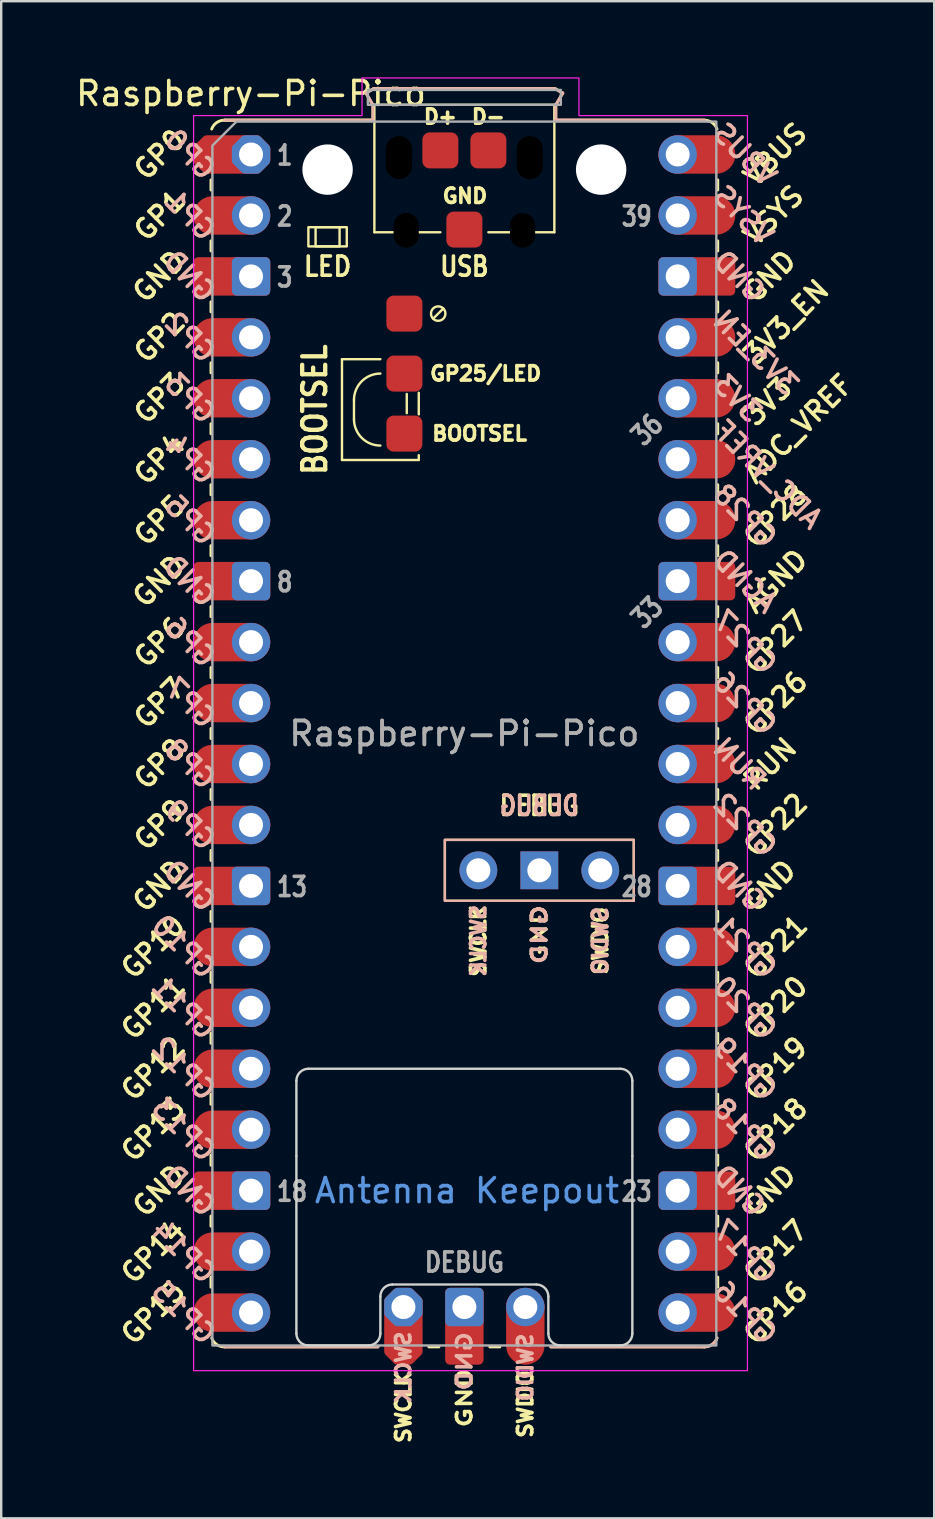
<source format=kicad_pcb>
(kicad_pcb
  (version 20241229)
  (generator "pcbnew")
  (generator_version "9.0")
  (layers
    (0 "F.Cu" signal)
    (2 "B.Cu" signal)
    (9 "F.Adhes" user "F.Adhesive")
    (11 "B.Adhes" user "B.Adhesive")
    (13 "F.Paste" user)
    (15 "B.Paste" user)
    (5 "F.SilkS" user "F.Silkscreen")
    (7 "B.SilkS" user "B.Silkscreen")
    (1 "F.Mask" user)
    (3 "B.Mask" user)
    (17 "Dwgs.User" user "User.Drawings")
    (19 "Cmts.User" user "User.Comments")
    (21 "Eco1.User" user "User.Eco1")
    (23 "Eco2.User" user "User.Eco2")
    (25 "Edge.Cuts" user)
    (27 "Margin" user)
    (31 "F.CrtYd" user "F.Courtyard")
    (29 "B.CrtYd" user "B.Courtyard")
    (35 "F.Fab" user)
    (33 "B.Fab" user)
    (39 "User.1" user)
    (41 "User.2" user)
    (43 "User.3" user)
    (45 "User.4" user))
  (footprint "Raspberry-Pi-Pico"
    (layer "F.Cu")
    (at 7.411 3.388)
    (property "Reference" "Raspberry-Pi-Pico" (at 0 -2.54 0) (layer "F.SilkS") (effects (font (size 1 1) (thickness 0.15))))
    (attr through_hole)
    (fp_line (start -1.67 1.06) (end -1.67 1.48) (stroke (width 0.12) (type solid)) (layer "F.SilkS"))
    (fp_line (start -1.67 3.6) (end -1.67 4.02) (stroke (width 0.12) (type solid)) (layer "F.SilkS"))
    (fp_line (start -1.67 6.14) (end -1.67 6.56) (stroke (width 0.12) (type solid)) (layer "F.SilkS"))
    (fp_line (start -1.67 8.68) (end -1.67 9.1) (stroke (width 0.12) (type solid)) (layer "F.SilkS"))
    (fp_line (start -1.67 11.22) (end -1.67 11.64) (stroke (width 0.12) (type solid)) (layer "F.SilkS"))
    (fp_line (start -1.67 13.76) (end -1.67 14.18) (stroke (width 0.12) (type solid)) (layer "F.SilkS"))
    (fp_line (start -1.67 16.3) (end -1.67 16.72) (stroke (width 0.12) (type solid)) (layer "F.SilkS"))
    (fp_line (start -1.67 18.84) (end -1.67 19.26) (stroke (width 0.12) (type solid)) (layer "F.SilkS"))
    (fp_line (start -1.67 21.38) (end -1.67 21.8) (stroke (width 0.12) (type solid)) (layer "F.SilkS"))
    (fp_line (start -1.67 23.92) (end -1.67 24.34) (stroke (width 0.12) (type solid)) (layer "F.SilkS"))
    (fp_line (start -1.67 26.46) (end -1.67 26.88) (stroke (width 0.12) (type solid)) (layer "F.SilkS"))
    (fp_line (start -1.67 29) (end -1.67 29.42) (stroke (width 0.12) (type solid)) (layer "F.SilkS"))
    (fp_line (start -1.67 31.54) (end -1.67 31.96) (stroke (width 0.12) (type solid)) (layer "F.SilkS"))
    (fp_line (start -1.67 34.08) (end -1.67 34.5) (stroke (width 0.12) (type solid)) (layer "F.SilkS"))
    (fp_line (start -1.67 36.62) (end -1.67 37.04) (stroke (width 0.12) (type solid)) (layer "F.SilkS"))
    (fp_line (start -1.67 39.16) (end -1.67 39.58) (stroke (width 0.12) (type solid)) (layer "F.SilkS"))
    (fp_line (start -1.67 41.7) (end -1.67 42.12) (stroke (width 0.12) (type solid)) (layer "F.SilkS"))
    (fp_line (start -1.67 44.24) (end -1.67 44.66) (stroke (width 0.12) (type solid)) (layer "F.SilkS"))
    (fp_line (start -1.67 46.78) (end -1.67 47.2) (stroke (width 0.12) (type solid)) (layer "F.SilkS"))
    (fp_line (start -1.11 -1.43) (end 5.08 -1.43) (stroke (width 0.12) (type solid)) (layer "F.SilkS"))
    (fp_line (start -1.11 49.69) (end 5.29 49.69) (stroke (width 0.12) (type solid)) (layer "F.SilkS"))
    (fp_line (start 3.79 8.53) (end 5.39 8.53) (stroke (width 0.1) (type default)) (layer "F.SilkS"))
    (fp_line (start 3.79 12.73) (end 3.79 8.53) (stroke (width 0.1) (type default)) (layer "F.SilkS"))
    (fp_line (start 4.29 10.23) (end 4.29 11.03) (stroke (width 0.1) (type solid)) (layer "F.SilkS"))
    (fp_line (start 4.79 -2.56) (end 5.12 -2.75) (stroke (width 0.12) (type solid)) (layer "F.SilkS"))
    (fp_line (start 5.08 -2.06) (end 4.79 -2.56) (stroke (width 0.12) (type solid)) (layer "F.SilkS"))
    (fp_line (start 5.08 -1.43) (end -1.11 -1.43) (stroke (width 0.12) (type solid)) (layer "F.SilkS"))
    (fp_line (start 5.08 -1.43) (end 5.08 -2.06) (stroke (width 0.12) (type solid)) (layer "F.SilkS"))
    (fp_line (start 5.12 -2.75) (end 12.66 -2.75) (stroke (width 0.12) (type solid)) (layer "F.SilkS"))
    (fp_line (start 5.14 -2.07) (end 12.64 -2.07) (stroke (width 0.1) (type default)) (layer "F.SilkS"))
    (fp_line (start 5.14 3.24) (end 5.14 -2.07) (stroke (width 0.1) (type default)) (layer "F.SilkS"))
    (fp_line (start 5.14 3.24) (end 7.89 3.24) (stroke (width 0.1) (type default)) (layer "F.SilkS"))
    (fp_line (start 6.49 9.98) (end 6.49 10.78) (stroke (width 0.1) (type solid)) (layer "F.SilkS"))
    (fp_line (start 6.99 9.93) (end 6.99 10.83) (stroke (width 0.1) (type solid)) (layer "F.SilkS"))
    (fp_line (start 6.99 12.53) (end 6.99 12.73) (stroke (width 0.1) (type default)) (layer "F.SilkS"))
    (fp_line (start 6.99 12.73) (end 3.79 12.73) (stroke (width 0.1) (type default)) (layer "F.SilkS"))
    (fp_line (start 7.41 49.69) (end 7.83 49.69) (stroke (width 0.12) (type solid)) (layer "F.SilkS"))
    (fp_line (start 8.012 6.418) (end 7.588 6.842) (stroke (width 0.1) (type default)) (layer "F.SilkS"))
    (fp_line (start 9.95 49.69) (end 10.37 49.69) (stroke (width 0.12) (type solid)) (layer "F.SilkS"))
    (fp_line (start 12.49 49.69) (end 18.89 49.69) (stroke (width 0.12) (type solid)) (layer "F.SilkS"))
    (fp_line (start 12.64 -2.07) (end 12.64 3.24) (stroke (width 0.1) (type default)) (layer "F.SilkS"))
    (fp_line (start 12.64 3.24) (end 9.89 3.24) (stroke (width 0.1) (type default)) (layer "F.SilkS"))
    (fp_line (start 12.66 -2.75) (end 12.99 -2.56) (stroke (width 0.12) (type solid)) (layer "F.SilkS"))
    (fp_line (start 12.7 -2.06) (end 12.7 -1.43) (stroke (width 0.12) (type solid)) (layer "F.SilkS"))
    (fp_line (start 12.99 -2.56) (end 12.7 -2.06) (stroke (width 0.12) (type solid)) (layer "F.SilkS"))
    (fp_line (start 18.89 -1.43) (end 12.7 -1.43) (stroke (width 0.12) (type solid)) (layer "F.SilkS"))
    (fp_line (start 19.45 1.06) (end 19.45 1.48) (stroke (width 0.12) (type solid)) (layer "F.SilkS"))
    (fp_line (start 19.45 3.6) (end 19.45 4.02) (stroke (width 0.12) (type solid)) (layer "F.SilkS"))
    (fp_line (start 19.45 6.14) (end 19.45 6.56) (stroke (width 0.12) (type solid)) (layer "F.SilkS"))
    (fp_line (start 19.45 8.68) (end 19.45 9.1) (stroke (width 0.12) (type solid)) (layer "F.SilkS"))
    (fp_line (start 19.45 11.22) (end 19.45 11.64) (stroke (width 0.12) (type solid)) (layer "F.SilkS"))
    (fp_line (start 19.45 13.76) (end 19.45 14.18) (stroke (width 0.12) (type solid)) (layer "F.SilkS"))
    (fp_line (start 19.45 16.3) (end 19.45 16.72) (stroke (width 0.12) (type solid)) (layer "F.SilkS"))
    (fp_line (start 19.45 18.84) (end 19.45 19.26) (stroke (width 0.12) (type solid)) (layer "F.SilkS"))
    (fp_line (start 19.45 21.38) (end 19.45 21.8) (stroke (width 0.12) (type solid)) (layer "F.SilkS"))
    (fp_line (start 19.45 23.92) (end 19.45 24.34) (stroke (width 0.12) (type solid)) (layer "F.SilkS"))
    (fp_line (start 19.45 26.46) (end 19.45 26.88) (stroke (width 0.12) (type solid)) (layer "F.SilkS"))
    (fp_line (start 19.45 29) (end 19.45 29.42) (stroke (width 0.12) (type solid)) (layer "F.SilkS"))
    (fp_line (start 19.45 31.54) (end 19.45 31.96) (stroke (width 0.12) (type solid)) (layer "F.SilkS"))
    (fp_line (start 19.45 34.08) (end 19.45 34.5) (stroke (width 0.12) (type solid)) (layer "F.SilkS"))
    (fp_line (start 19.45 36.62) (end 19.45 37.04) (stroke (width 0.12) (type solid)) (layer "F.SilkS"))
    (fp_line (start 19.45 39.16) (end 19.45 39.58) (stroke (width 0.12) (type solid)) (layer "F.SilkS"))
    (fp_line (start 19.45 41.7) (end 19.45 42.12) (stroke (width 0.12) (type solid)) (layer "F.SilkS"))
    (fp_line (start 19.45 44.24) (end 19.45 44.66) (stroke (width 0.12) (type solid)) (layer "F.SilkS"))
    (fp_line (start 19.45 46.78) (end 19.45 47.2) (stroke (width 0.12) (type solid)) (layer "F.SilkS"))
    (fp_rect (start 2.39 3.03) (end 3.99 3.83) (stroke (width 0.1) (type solid)) (fill no) (layer "F.SilkS"))
    (fp_rect (start 2.69 3.03) (end 3.69 3.83) (stroke (width 0.1) (type solid)) (fill no) (layer "F.SilkS"))
    (fp_rect (start 8.077 28.56) (end 15.951 31.1) (stroke (width 0.1) (type solid)) (fill no) (layer "F.SilkS"))
    (fp_arc (start -1.64 -1.06) (mid -1.433508 -1.328808) (end -1.11 -1.43) (stroke (width 0.12) (type solid)) (layer "F.SilkS"))
    (fp_arc (start -1.11 49.69) (mid -1.433508 49.588809) (end -1.64 49.32) (stroke (width 0.12) (type solid)) (layer "F.SilkS"))
    (fp_arc (start 4.29 10.23) (mid 4.612183 9.452183) (end 5.39 9.13) (stroke (width 0.1) (type default)) (layer "F.SilkS"))
    (fp_arc (start 5.39 12.13) (mid 4.612183 11.807817) (end 4.29 11.03) (stroke (width 0.1) (type default)) (layer "F.SilkS"))
    (fp_arc (start 18.89 -1.43) (mid 19.213491 -1.328806) (end 19.42 -1.06) (stroke (width 0.12) (type solid)) (layer "F.SilkS"))
    (fp_arc (start 19.42 49.32) (mid 19.213487 49.588772) (end 18.89 49.69) (stroke (width 0.12) (type solid)) (layer "F.SilkS"))
    (fp_circle (center 7.8 6.63) (end 8.1 6.63) (stroke (width 0.1) (type default)) (fill no) (layer "F.SilkS"))
    (fp_line (start -1.11 49.69) (end 5.29 49.69) (stroke (width 0.12) (type solid)) (layer "B.SilkS"))
    (fp_line (start 4.79 -2.56) (end 5.12 -2.75) (stroke (width 0.12) (type solid)) (layer "B.SilkS"))
    (fp_line (start 5.08 -2.06) (end 4.79 -2.56) (stroke (width 0.12) (type solid)) (layer "B.SilkS"))
    (fp_line (start 5.08 -1.43) (end -1.11 -1.43) (stroke (width 0.12) (type solid)) (layer "B.SilkS"))
    (fp_line (start 5.08 -1.43) (end 5.08 -2.06) (stroke (width 0.12) (type solid)) (layer "B.SilkS"))
    (fp_line (start 5.12 -2.75) (end 12.66 -2.75) (stroke (width 0.12) (type solid)) (layer "B.SilkS"))
    (fp_line (start 12.49 49.69) (end 18.89 49.69) (stroke (width 0.12) (type solid)) (layer "B.SilkS"))
    (fp_line (start 12.66 -2.75) (end 12.99 -2.56) (stroke (width 0.12) (type solid)) (layer "B.SilkS"))
    (fp_line (start 12.7 -2.06) (end 12.7 -1.43) (stroke (width 0.12) (type solid)) (layer "B.SilkS"))
    (fp_line (start 12.7 -1.43) (end 18.89 -1.43) (stroke (width 0.12) (type solid)) (layer "B.SilkS"))
    (fp_line (start 12.99 -2.56) (end 12.7 -2.06) (stroke (width 0.12) (type solid)) (layer "B.SilkS"))
    (fp_line (start 18.89 -1.43) (end 12.7 -1.43) (stroke (width 0.12) (type solid)) (layer "B.SilkS"))
    (fp_rect (start 8.077 28.56) (end 15.951 31.1) (stroke (width 0.1) (type default)) (fill no) (layer "B.SilkS"))
    (fp_arc (start 19.42 49.32) (mid 19.213487 49.588772) (end 18.89 49.69) (stroke (width 0.12) (type solid)) (layer "B.SilkS"))
    (fp_line (start 1.89 38.6) (end 1.89 41.73) (stroke (width 0.1) (type default)) (layer "Edge.Cuts"))
    (fp_line (start 1.89 49.13) (end 1.89 41.73) (stroke (width 0.1) (type solid)) (layer "Edge.Cuts"))
    (fp_line (start 2.39 38.1) (end 15.39 38.1) (stroke (width 0.1) (type solid)) (layer "Edge.Cuts"))
    (fp_line (start 2.39 49.63) (end 4.89 49.63) (stroke (width 0.1) (type default)) (layer "Edge.Cuts"))
    (fp_line (start 5.39 49.13) (end 5.39 47.59) (stroke (width 0.1) (type default)) (layer "Edge.Cuts"))
    (fp_line (start 11.89 47.09) (end 5.89 47.09) (stroke (width 0.1) (type default)) (layer "Edge.Cuts"))
    (fp_line (start 12.39 49.13) (end 12.39 47.59) (stroke (width 0.1) (type default)) (layer "Edge.Cuts"))
    (fp_line (start 15.39 49.63) (end 12.89 49.63) (stroke (width 0.1) (type default)) (layer "Edge.Cuts"))
    (fp_line (start 15.89 38.6) (end 15.89 41.73) (stroke (width 0.1) (type default)) (layer "Edge.Cuts"))
    (fp_line (start 15.89 41.73) (end 15.89 49.13) (stroke (width 0.1) (type solid)) (layer "Edge.Cuts"))
    (fp_arc (start 1.89 38.6) (mid 2.036447 38.246447) (end 2.39 38.1) (stroke (width 0.1) (type solid)) (layer "Edge.Cuts"))
    (fp_arc (start 2.39 49.63) (mid 2.036447 49.483553) (end 1.89 49.13) (stroke (width 0.1) (type solid)) (layer "Edge.Cuts"))
    (fp_arc (start 5.39 47.59) (mid 5.536447 47.236447) (end 5.89 47.09) (stroke (width 0.1) (type solid)) (layer "Edge.Cuts"))
    (fp_arc (start 5.39 49.13) (mid 5.243553 49.483553) (end 4.89 49.63) (stroke (width 0.1) (type solid)) (layer "Edge.Cuts"))
    (fp_arc (start 11.89 47.09) (mid 12.243553 47.236447) (end 12.39 47.59) (stroke (width 0.1) (type solid)) (layer "Edge.Cuts"))
    (fp_arc (start 12.89 49.63) (mid 12.536447 49.483553) (end 12.39 49.13) (stroke (width 0.1) (type solid)) (layer "Edge.Cuts"))
    (fp_arc (start 15.39 38.1) (mid 15.743553 38.246447) (end 15.89 38.6) (stroke (width 0.1) (type solid)) (layer "Edge.Cuts"))
    (fp_arc (start 15.89 49.13) (mid 15.743553 49.483553) (end 15.39 49.63) (stroke (width 0.1) (type solid)) (layer "Edge.Cuts"))
    (fp_poly (pts (xy 13.666 -1.62) (xy 20.686 -1.62) (xy 20.686 50.68) (xy -2.394 50.68) (xy -2.394 -1.62) (xy 4.626 -1.62) (xy 4.626 -3.19) (xy 13.666 -3.19)) (stroke (width 0.05) (type solid)) (fill no) (layer "F.CrtYd"))
    (fp_rect (start 4.87 -2.69) (end 12.91 -2.07) (stroke (width 0.1) (type solid)) (fill no) (layer "F.Fab"))
    (fp_poly (pts (xy 19.39 49.63) (xy -1.61 49.63) (xy -1.61 -0.37) (xy -0.61 -1.37) (xy 19.39 -1.37)) (stroke (width 0.1) (type solid)) (fill no) (layer "F.Fab"))
    (fp_text user "GP1" (at -3.81 2.54 45) (layer "F.SilkS") (effects (font (size 0.8 0.8) (thickness 0.15))))
    (fp_text user "GP5" (at -3.81 15.24 45) (layer "F.SilkS") (effects (font (size 0.8 0.8) (thickness 0.15))))
    (fp_text user "GP16" (at 21.859 48.26 45) (layer "F.SilkS") (effects (font (size 0.8 0.8) (thickness 0.15))))
    (fp_text user "LED" (at 3.19 4.668 0) (layer "F.SilkS") (effects (font (size 0.8 0.72) (thickness 0.15))))
    (fp_text user "3V3" (at 21.536 10.3 45) (layer "F.SilkS") (effects (font (size 0.8 0.8) (thickness 0.15))))
    (fp_text user "GP0" (at -3.81 0 45) (layer "F.SilkS") (effects (font (size 0.8 0.8) (thickness 0.15))))
    (fp_text user "GP4" (at -3.81 12.7 45) (layer "F.SilkS") (effects (font (size 0.8 0.8) (thickness 0.15))))
    (fp_text user "GP21" (at 21.859 33.02 45) (layer "F.SilkS") (effects (font (size 0.8 0.8) (thickness 0.15))))
    (fp_text user "SWCLK" (at 9.474 32.766 90) (layer "F.SilkS") (effects (font (size 0.6 0.6) (thickness 0.15) (bold yes))))
    (fp_text user "ADC_VREF" (at 22.802 11.43 45) (layer "F.SilkS") (effects (font (size 0.8 0.8) (thickness 0.15))))
    (fp_text user "GP9" (at -3.81 27.94 45) (layer "F.SilkS") (effects (font (size 0.8 0.8) (thickness 0.15))))
    (fp_text user "GP22" (at 21.859 27.94 45) (layer "F.SilkS") (effects (font (size 0.8 0.8) (thickness 0.15))))
    (fp_text user "D-" (at 9.89 -1.575 0) (layer "F.SilkS") (effects (font (size 0.6 0.6) (thickness 0.15) (bold yes))))
    (fp_text user "GND" (at -3.837 43.18 45) (layer "F.SilkS") (effects (font (size 0.8 0.8) (thickness 0.15))))
    (fp_text user "BOOTSEL" (at 2.656 10.63 90) (layer "F.SilkS") (effects (font (size 0.96 0.825) (thickness 0.18))))
    (fp_text user "GP26" (at 21.859 22.86 45) (layer "F.SilkS") (effects (font (size 0.8 0.8) (thickness 0.15))))
    (fp_text user "GP17" (at 21.859 45.72 45) (layer "F.SilkS") (effects (font (size 0.8 0.8) (thickness 0.15))))
    (fp_text user "GP18" (at 21.859 40.64 45) (layer "F.SilkS") (effects (font (size 0.8 0.8) (thickness 0.15))))
    (fp_text user "GP12" (at -4.079 38.1 45) (layer "F.SilkS") (effects (font (size 0.8 0.8) (thickness 0.15))))
    (fp_text user "3V3_EN" (at 22.304 6.985 45) (layer "F.SilkS") (effects (font (size 0.8 0.8) (thickness 0.15))))
    (fp_text user "GP13" (at -4.079 40.64 45) (layer "F.SilkS") (effects (font (size 0.8 0.8) (thickness 0.15))))
    (fp_text user "SWDIO" (at 14.554 32.766 90) (layer "F.SilkS") (effects (font (size 0.6 0.6) (thickness 0.15) (bold yes))))
    (fp_text user "SWCLK" (at 6.35 52.197 90) (layer "F.SilkS") (effects (font (size 0.6 0.6) (thickness 0.15) (bold yes))))
    (fp_text user "GP19" (at 21.859 38.1 45) (layer "F.SilkS") (effects (font (size 0.8 0.8) (thickness 0.15))))
    (fp_text user "GND" (at -3.837 17.78 45) (layer "F.SilkS") (effects (font (size 0.8 0.8) (thickness 0.15))))
    (fp_text user "GND" (at 21.617 5.08 45) (layer "F.SilkS") (effects (font (size 0.8 0.8) (thickness 0.15))))
    (fp_text user "GND" (at -3.837 5.08 45) (layer "F.SilkS") (effects (font (size 0.8 0.8) (thickness 0.15))))
    (fp_text user "GND" (at 12.014 32.512 90) (layer "F.SilkS") (effects (font (size 0.6 0.8) (thickness 0.15) (bold yes))))
    (fp_text user "GP14" (at -4.079 45.72 45) (layer "F.SilkS") (effects (font (size 0.8 0.8) (thickness 0.15))))
    (fp_text user "GND" (at 8.89 51.816 90) (layer "F.SilkS") (effects (font (size 0.6 0.8) (thickness 0.15) (bold yes))))
    (fp_text user "DEBUG" (at 12.014 27.138 0) (layer "F.SilkS") (effects (font (size 0.8 0.66) (thickness 0.15))))
    (fp_text user "SWDIO" (at 11.43 52.07 90) (layer "F.SilkS") (effects (font (size 0.6 0.6) (thickness 0.15) (bold yes))))
    (fp_text user "GP28" (at 21.859 15.056 45) (layer "F.SilkS") (effects (font (size 0.8 0.8) (thickness 0.15))))
    (fp_text user "GP7" (at -3.81 22.86 45) (layer "F.SilkS") (effects (font (size 0.8 0.8) (thickness 0.15))))
    (fp_text user "GP20" (at 21.859 35.56 45) (layer "F.SilkS") (effects (font (size 0.8 0.8) (thickness 0.15))))
    (fp_text user "BOOTSEL" (at 9.525 11.63 0) (layer "F.SilkS") (effects (font (size 0.6 0.6) (thickness 0.15) (bold yes))))
    (fp_text user "GP2" (at -3.81 7.62 45) (layer "F.SilkS") (effects (font (size 0.8 0.8) (thickness 0.15))))
    (fp_text user "GP3" (at -3.81 10.16 45) (layer "F.SilkS") (effects (font (size 0.8 0.8) (thickness 0.15))))
    (fp_text user "GP25/LED" (at 9.779 9.13 0) (layer "F.SilkS") (effects (font (size 0.6 0.6) (thickness 0.15) (bold yes))))
    (fp_text user "GND" (at 21.617 43.18 45) (layer "F.SilkS") (effects (font (size 0.8 0.8) (thickness 0.15))))
    (fp_text user "GP8" (at -3.81 25.4 45) (layer "F.SilkS") (effects (font (size 0.8 0.8) (thickness 0.15))))
    (fp_text user "GP10" (at -4.079 33.02 45) (layer "F.SilkS") (effects (font (size 0.8 0.8) (thickness 0.15))))
    (fp_text user "GND" (at -3.837 30.48 45) (layer "F.SilkS") (effects (font (size 0.8 0.8) (thickness 0.15))))
    (fp_text user "AGND" (at 21.859 17.78 45) (layer "F.SilkS") (effects (font (size 0.8 0.8) (thickness 0.15))))
    (fp_text user "GP11" (at -4.079 35.56 45) (layer "F.SilkS") (effects (font (size 0.8 0.8) (thickness 0.15))))
    (fp_text user "GP27" (at 21.859 20.32 45) (layer "F.SilkS") (effects (font (size 0.8 0.8) (thickness 0.15))))
    (fp_text user "GP6" (at -3.81 20.32 45) (layer "F.SilkS") (effects (font (size 0.8 0.8) (thickness 0.15))))
    (fp_text user "GND" (at 21.617 30.48 45) (layer "F.SilkS") (effects (font (size 0.8 0.8) (thickness 0.15))))
    (fp_text user "RUN" (at 21.63 25.4 45) (layer "F.SilkS") (effects (font (size 0.8 0.8) (thickness 0.15))))
    (fp_text user "VBUS" (at 21.846 0 45) (layer "F.SilkS") (effects (font (size 0.8 0.8) (thickness 0.15))))
    (fp_text user "VSYS" (at 21.779 2.54 45) (layer "F.SilkS") (effects (font (size 0.8 0.8) (thickness 0.15))))
    (fp_text user "USB" (at 8.89 4.668 0) (layer "F.SilkS") (effects (font (size 0.8 0.66) (thickness 0.15))))
    (fp_text user "GND" (at 8.915 1.727 0) (layer "F.SilkS") (effects (font (size 0.6 0.6) (thickness 0.15) (bold yes))))
    (fp_text user "D+" (at 7.89 -1.575 0) (layer "F.SilkS") (effects (font (size 0.6 0.6) (thickness 0.15) (bold yes))))
    (fp_text user "GP15" (at -4.079 48.26 45) (layer "F.SilkS") (effects (font (size 0.8 0.8) (thickness 0.15))))
    (fp_text user "GND" (at -2.567 30.48 135) (layer "B.SilkS") (effects (font (size 0.8 0.8) (thickness 0.15)) (justify mirror)))
    (fp_text user "GP16" (at 20.589 48.26 135) (layer "B.SilkS") (effects (font (size 0.8 0.8) (thickness 0.15)) (justify mirror)))
    (fp_text user "DEBUG" (at 12.014 27.138 0) (layer "B.SilkS") (effects (font (size 0.8 0.66) (thickness 0.15)) (justify mirror)))
    (fp_text user "GP0" (at -2.54 0 135) (layer "B.SilkS") (effects (font (size 0.8 0.8) (thickness 0.15)) (justify mirror)))
    (fp_text user "ADC_VREF" (at 21.532 13.335 135) (layer "B.SilkS") (effects (font (size 0.8 0.8) (thickness 0.15)) (justify mirror)))
    (fp_text user "RUN" (at 20.36 25.4 135) (layer "B.SilkS") (effects (font (size 0.8 0.8) (thickness 0.15)) (justify mirror)))
    (fp_text user "GP3" (at -2.54 10.16 135) (layer "B.SilkS") (effects (font (size 0.8 0.8) (thickness 0.15)) (justify mirror)))
    (fp_text user "GND" (at 20.347 5.08 135) (layer "B.SilkS") (effects (font (size 0.8 0.8) (thickness 0.15)) (justify mirror)))
    (fp_text user "GP8" (at -2.54 25.4 135) (layer "B.SilkS") (effects (font (size 0.8 0.8) (thickness 0.15)) (justify mirror)))
    (fp_text user "VBUS" (at 20.576 0 135) (layer "B.SilkS") (effects (font (size 0.8 0.8) (thickness 0.15)) (justify mirror)))
    (fp_text user "GP15" (at -2.809 48.26 135) (layer "B.SilkS") (effects (font (size 0.8 0.8) (thickness 0.15)) (justify mirror)))
    (fp_text user "GP22" (at 20.589 27.94 135) (layer "B.SilkS") (effects (font (size 0.8 0.8) (thickness 0.15)) (justify mirror)))
    (fp_text user "GP14" (at -2.809 45.72 135) (layer "B.SilkS") (effects (font (size 0.8 0.8) (thickness 0.15)) (justify mirror)))
    (fp_text user "GP26" (at 20.589 22.86 135) (layer "B.SilkS") (effects (font (size 0.8 0.8) (thickness 0.15)) (justify mirror)))
    (fp_text user "GP17" (at 20.589 45.72 135) (layer "B.SilkS") (effects (font (size 0.8 0.8) (thickness 0.15)) (justify mirror)))
    (fp_text user "SWDIO" (at 14.554 32.766 90) (layer "B.SilkS") (effects (font (size 0.6 0.6) (thickness 0.15) (bold yes)) (justify mirror)))
    (fp_text user "GP7" (at -2.54 22.86 135) (layer "B.SilkS") (effects (font (size 0.8 0.8) (thickness 0.15)) (justify mirror)))
    (fp_text user "GP6" (at -2.54 20.32 135) (layer "B.SilkS") (effects (font (size 0.8 0.8) (thickness 0.15)) (justify mirror)))
    (fp_text user "GND" (at -2.567 5.08 135) (layer "B.SilkS") (effects (font (size 0.8 0.8) (thickness 0.15)) (justify mirror)))
    (fp_text user "SWDIO" (at 11.43 50.546 90) (layer "B.SilkS") (effects (font (size 0.6 0.6) (thickness 0.15) (bold yes)) (justify mirror)))
    (fp_text user "GP5" (at -2.54 15.24 135) (layer "B.SilkS") (effects (font (size 0.8 0.8) (thickness 0.15)) (justify mirror)))
    (fp_text user "GND" (at 20.347 43.18 135) (layer "B.SilkS") (effects (font (size 0.8 0.8) (thickness 0.15)) (justify mirror)))
    (fp_text user "GND" (at -2.567 17.78 135) (layer "B.SilkS") (effects (font (size 0.8 0.8) (thickness 0.15)) (justify mirror)))
    (fp_text user "GP10" (at -2.809 33.02 135) (layer "B.SilkS") (effects (font (size 0.8 0.8) (thickness 0.15)) (justify mirror)))
    (fp_text user "GP13" (at -2.809 40.64 135) (layer "B.SilkS") (effects (font (size 0.8 0.8) (thickness 0.15)) (justify mirror)))
    (fp_text user "GP28" (at 20.589 15.056 135) (layer "B.SilkS") (effects (font (size 0.8 0.8) (thickness 0.15)) (justify mirror)))
    (fp_text user "3V3_EN" (at 21.034 8.255 135) (layer "B.SilkS") (effects (font (size 0.8 0.8) (thickness 0.15)) (justify mirror)))
    (fp_text user "3V3" (at 20.266 10.16 135) (layer "B.SilkS") (effects (font (size 0.8 0.8) (thickness 0.15)) (justify mirror)))
    (fp_text user "GP2" (at -2.54 7.62 135) (layer "B.SilkS") (effects (font (size 0.8 0.8) (thickness 0.15)) (justify mirror)))
    (fp_text user "GP11" (at -2.809 35.56 135) (layer "B.SilkS") (effects (font (size 0.8 0.8) (thickness 0.15)) (justify mirror)))
    (fp_text user "SWCLK" (at 9.474 32.766 90) (layer "B.SilkS") (effects (font (size 0.6 0.6) (thickness 0.15) (bold yes)) (justify mirror)))
    (fp_text user "GP1" (at -2.54 2.54 135) (layer "B.SilkS") (effects (font (size 0.8 0.8) (thickness 0.15)) (justify mirror)))
    (fp_text user "AGND" (at 20.589 17.78 135) (layer "B.SilkS") (effects (font (size 0.8 0.8) (thickness 0.15)) (justify mirror)))
    (fp_text user "GP27" (at 20.589 20.32 135) (layer "B.SilkS") (effects (font (size 0.8 0.8) (thickness 0.15)) (justify mirror)))
    (fp_text user "GP9" (at -2.54 27.94 135) (layer "B.SilkS") (effects (font (size 0.8 0.8) (thickness 0.15)) (justify mirror)))
    (fp_text user "GP12" (at -2.809 38.1 135) (layer "B.SilkS") (effects (font (size 0.8 0.8) (thickness 0.15)) (justify mirror)))
    (fp_text user "GP19" (at 20.589 38.1 135) (layer "B.SilkS") (effects (font (size 0.8 0.8) (thickness 0.15)) (justify mirror)))
    (fp_text user "VSYS" (at 20.509 2.54 135) (layer "B.SilkS") (effects (font (size 0.8 0.8) (thickness 0.15)) (justify mirror)))
    (fp_text user "GND" (at -2.567 43.18 135) (layer "B.SilkS") (effects (font (size 0.8 0.8) (thickness 0.15)) (justify mirror)))
    (fp_text user "GP20" (at 20.589 35.56 135) (layer "B.SilkS") (effects (font (size 0.8 0.8) (thickness 0.15)) (justify mirror)))
    (fp_text user "SWCLK" (at 6.35 50.546 90) (layer "B.SilkS") (effects (font (size 0.6 0.6) (thickness 0.15) (bold yes)) (justify mirror)))
    (fp_text user "GP4" (at -2.54 12.7 135) (layer "B.SilkS") (effects (font (size 0.8 0.8) (thickness 0.15)) (justify mirror)))
    (fp_text user "GP21" (at 20.589 33.02 135) (layer "B.SilkS") (effects (font (size 0.8 0.8) (thickness 0.15)) (justify mirror)))
    (fp_text user "GND" (at 20.347 30.48 135) (layer "B.SilkS") (effects (font (size 0.8 0.8) (thickness 0.15)) (justify mirror)))
    (fp_text user "GND" (at 12.014 32.512 90) (layer "B.SilkS") (effects (font (size 0.6 0.8) (thickness 0.15) (bold yes)) (justify mirror)))
    (fp_text user "GP18" (at 20.589 40.64 135) (layer "B.SilkS") (effects (font (size 0.8 0.8) (thickness 0.15)) (justify mirror)))
    (fp_text user "GND" (at 8.89 50.292 90) (layer "B.SilkS") (effects (font (size 0.6 0.8) (thickness 0.15) (bold yes)) (justify mirror)))
    (fp_text user "Antenna Keepout" (at 9 43.18 0) (unlocked yes) (layer "Cmts.User") (effects (font (size 1 1) (thickness 0.15))))
    (fp_text user "DEBUG" (at 8.89 46.168 0) (unlocked yes) (layer "F.Fab") (effects (font (size 0.8 0.66) (thickness 0.15))))
    (fp_text user "18" (at 1 43.218 0) (unlocked yes) (layer "F.Fab") (effects (font (size 0.8 0.64) (thickness 0.15)) (justify left)))
    (fp_text user "3" (at 1 5.118 0) (unlocked yes) (layer "F.Fab") (effects (font (size 0.8 0.64) (thickness 0.15)) (justify left)))
    (fp_text user "13" (at 1 30.518 0) (unlocked yes) (layer "F.Fab") (effects (font (size 0.8 0.64) (thickness 0.15)) (justify left)))
    (fp_text user "36" (at 16.51 11.468 45) (unlocked yes) (layer "F.Fab") (effects (font (size 0.8 0.64) (thickness 0.15))))
    (fp_text user "28" (at 16.78 30.518 0) (unlocked yes) (layer "F.Fab") (effects (font (size 0.8 0.64) (thickness 0.15)) (justify right)))
    (fp_text user "${REFERENCE}" (at 8.89 24.13 0) (unlocked yes) (layer "F.Fab") (effects (font (size 1 1) (thickness 0.15))))
    (fp_text user "39" (at 16.78 2.578 0) (unlocked yes) (layer "F.Fab") (effects (font (size 0.8 0.64) (thickness 0.15)) (justify right)))
    (fp_text user "8" (at 1 17.818 0) (unlocked yes) (layer "F.Fab") (effects (font (size 0.8 0.64) (thickness 0.15)) (justify left)))
    (fp_text user "23" (at 16.78 43.218 0) (unlocked yes) (layer "F.Fab") (effects (font (size 0.8 0.64) (thickness 0.15)) (justify right)))
    (fp_text user "33" (at 16.51 19.088 45) (unlocked yes) (layer "F.Fab") (effects (font (size 0.8 0.64) (thickness 0.15))))
    (fp_text user "1" (at 1 0.038 0) (unlocked yes) (layer "F.Fab") (effects (font (size 0.8 0.64) (thickness 0.15)) (justify left)))
    (fp_text user "2" (at 1 2.578 0) (unlocked yes) (layer "F.Fab") (effects (font (size 0.8 0.64) (thickness 0.15)) (justify left)))
    (fp_text user "${REFERENCE}" (at 8.89 24.13 0) (unlocked yes) (layer "F.Fab") (effects (font (size 1 1) (thickness 0.15))))
    (pad "" np_thru_hole circle (at 3.19 0.63) (size 2.1 2.1) (drill 2.1) (layers "*.Cu" "*.Mask"))
    (pad "" np_thru_hole oval (at 6.165 0.13) (size 1.1 1.8) (drill oval 1.1 1.8) (layers "*.Mask"))
    (pad "" np_thru_hole oval (at 6.465 3.16) (size 1.05 1.45) (drill oval 1.05 1.45) (layers "*.Mask"))
    (pad "" np_thru_hole oval (at 11.315 3.16) (size 1.05 1.45) (drill oval 1.05 1.45) (layers "*.Mask"))
    (pad "" np_thru_hole oval (at 11.615 0.13) (size 1.1 1.8) (drill oval 1.1 1.8) (layers "*.Mask"))
    (pad "" np_thru_hole circle (at 14.59 0.63) (size 2.1 2.1) (drill 2.1) (layers "*.Cu" "*.Mask"))
    (pad "1" smd custom (at -1.6 0) (size 1.6 1.6) (layers "F.Cu" "F.Mask") (options (anchor circle)) (primitives (gr_poly (pts (xy 2.2 0.249) (xy 1.849 0.6) (xy -0.249 0.6) (xy -0.6 0.249) (xy -0.6 -0.249) (xy -0.249 -0.6) (xy 1.849 -0.6) (xy 2.2 -0.249)) (width 0.4) (fill yes))))
    (pad "1" thru_hole custom (at 0 0) (size 1.6 1.6) (drill 1) (layers "*.Cu" "*.Mask") (options (anchor circle)) (primitives (gr_poly (pts (xy 0.6 0.249) (xy 0.249 0.6) (xy -0.249 0.6) (xy -0.6 0.249) (xy -0.6 -0.249) (xy -0.249 -0.6) (xy 0.249 -0.6) (xy 0.6 -0.249)) (width 0.4) (fill yes))))
    (pad "2" smd oval (at -1.6 2.54) (size 3.2 1.6) (drill (offset 0.8 0)) (layers "F.Cu" "F.Mask"))
    (pad "2" thru_hole circle (at 0 2.54) (size 1.6 1.6) (drill 1) (layers "*.Cu" "*.Mask"))
    (pad "3" smd roundrect (at -1.6 5.08) (size 3.2 1.6) (drill (offset 0.8 0)) (layers "F.Cu" "F.Mask") (roundrect_rratio 0.125))
    (pad "3" thru_hole roundrect (at 0 5.08) (size 1.6 1.6) (drill 1) (layers "*.Cu" "*.Mask") (roundrect_rratio 0.125))
    (pad "4" smd oval (at -1.6 7.62) (size 3.2 1.6) (drill (offset 0.8 0)) (layers "F.Cu" "F.Mask"))
    (pad "4" thru_hole circle (at 0 7.62) (size 1.6 1.6) (drill 1) (layers "*.Cu" "*.Mask"))
    (pad "5" smd oval (at -1.6 10.16) (size 3.2 1.6) (drill (offset 0.8 0)) (layers "F.Cu" "F.Mask"))
    (pad "5" thru_hole circle (at 0 10.16) (size 1.6 1.6) (drill 1) (layers "*.Cu" "*.Mask"))
    (pad "6" smd oval (at -1.6 12.7) (size 3.2 1.6) (drill (offset 0.8 0)) (layers "F.Cu" "F.Mask"))
    (pad "6" thru_hole circle (at 0 12.7) (size 1.6 1.6) (drill 1) (layers "*.Cu" "*.Mask"))
    (pad "7" smd oval (at -1.6 15.24) (size 3.2 1.6) (drill (offset 0.8 0)) (layers "F.Cu" "F.Mask"))
    (pad "7" thru_hole circle (at 0 15.24) (size 1.6 1.6) (drill 1) (layers "*.Cu" "*.Mask"))
    (pad "8" smd roundrect (at -1.6 17.78) (size 3.2 1.6) (drill (offset 0.8 0)) (layers "F.Cu" "F.Mask") (roundrect_rratio 0.125))
    (pad "8" thru_hole roundrect (at 0 17.78) (size 1.6 1.6) (drill 1) (layers "*.Cu" "*.Mask") (roundrect_rratio 0.125))
    (pad "9" smd oval (at -1.6 20.32) (size 3.2 1.6) (drill (offset 0.8 0)) (layers "F.Cu" "F.Mask"))
    (pad "9" thru_hole circle (at 0 20.32) (size 1.6 1.6) (drill 1) (layers "*.Cu" "*.Mask"))
    (pad "10" smd oval (at -1.6 22.86) (size 3.2 1.6) (drill (offset 0.8 0)) (layers "F.Cu" "F.Mask"))
    (pad "10" thru_hole circle (at 0 22.86) (size 1.6 1.6) (drill 1) (layers "*.Cu" "*.Mask"))
    (pad "11" smd oval (at -1.6 25.4) (size 3.2 1.6) (drill (offset 0.8 0)) (layers "F.Cu" "F.Mask"))
    (pad "11" thru_hole circle (at 0 25.4) (size 1.6 1.6) (drill 1) (layers "*.Cu" "*.Mask"))
    (pad "12" smd oval (at -1.6 27.94) (size 3.2 1.6) (drill (offset 0.8 0)) (layers "F.Cu" "F.Mask"))
    (pad "12" thru_hole circle (at 0 27.94) (size 1.6 1.6) (drill 1) (layers "*.Cu" "*.Mask"))
    (pad "13" smd roundrect (at -1.6 30.48) (size 3.2 1.6) (drill (offset 0.8 0)) (layers "F.Cu" "F.Mask") (roundrect_rratio 0.125))
    (pad "13" thru_hole roundrect (at 0 30.48) (size 1.6 1.6) (drill 1) (layers "*.Cu" "*.Mask") (roundrect_rratio 0.125))
    (pad "14" smd oval (at -1.6 33.02) (size 3.2 1.6) (drill (offset 0.8 0)) (layers "F.Cu" "F.Mask"))
    (pad "14" thru_hole circle (at 0 33.02) (size 1.6 1.6) (drill 1) (layers "*.Cu" "*.Mask"))
    (pad "15" smd oval (at -1.6 35.56) (size 3.2 1.6) (drill (offset 0.8 0)) (layers "F.Cu" "F.Mask"))
    (pad "15" thru_hole circle (at 0 35.56) (size 1.6 1.6) (drill 1) (layers "*.Cu" "*.Mask"))
    (pad "16" smd oval (at -1.6 38.1) (size 3.2 1.6) (drill (offset 0.8 0)) (layers "F.Cu" "F.Mask"))
    (pad "16" thru_hole circle (at 0 38.1) (size 1.6 1.6) (drill 1) (layers "*.Cu" "*.Mask"))
    (pad "17" smd oval (at -1.6 40.64) (size 3.2 1.6) (drill (offset 0.8 0)) (layers "F.Cu" "F.Mask"))
    (pad "17" thru_hole circle (at 0 40.64) (size 1.6 1.6) (drill 1) (layers "*.Cu" "*.Mask"))
    (pad "18" smd roundrect (at -1.6 43.18) (size 3.2 1.6) (drill (offset 0.8 0)) (layers "F.Cu" "F.Mask") (roundrect_rratio 0.125))
    (pad "18" thru_hole roundrect (at 0 43.18) (size 1.6 1.6) (drill 1) (layers "*.Cu" "*.Mask") (roundrect_rratio 0.125))
    (pad "19" smd oval (at -1.6 45.72) (size 3.2 1.6) (drill (offset 0.8 0)) (layers "F.Cu" "F.Mask"))
    (pad "19" thru_hole circle (at 0 45.72) (size 1.6 1.6) (drill 1) (layers "*.Cu" "*.Mask"))
    (pad "20" smd oval (at -1.6 48.26) (size 3.2 1.6) (drill (offset 0.8 0)) (layers "F.Cu" "F.Mask"))
    (pad "20" thru_hole circle (at 0 48.26) (size 1.6 1.6) (drill 1) (layers "*.Cu" "*.Mask"))
    (pad "21" thru_hole circle (at 17.78 48.26) (size 1.6 1.6) (drill 1) (layers "*.Cu" "*.Mask"))
    (pad "21" smd oval (at 19.38 48.26) (size 3.2 1.6) (drill (offset -0.8 0)) (layers "F.Cu" "F.Mask"))
    (pad "22" thru_hole circle (at 17.78 45.72) (size 1.6 1.6) (drill 1) (layers "*.Cu" "*.Mask"))
    (pad "22" smd oval (at 19.38 45.72) (size 3.2 1.6) (drill (offset -0.8 0)) (layers "F.Cu" "F.Mask"))
    (pad "23" thru_hole roundrect (at 17.78 43.18) (size 1.6 1.6) (drill 1) (layers "*.Cu" "*.Mask") (roundrect_rratio 0.125))
    (pad "23" smd roundrect (at 19.38 43.18) (size 3.2 1.6) (drill (offset -0.8 0)) (layers "F.Cu" "F.Mask") (roundrect_rratio 0.125))
    (pad "24" thru_hole circle (at 17.78 40.64) (size 1.6 1.6) (drill 1) (layers "*.Cu" "*.Mask"))
    (pad "24" smd oval (at 19.38 40.64) (size 3.2 1.6) (drill (offset -0.8 0)) (layers "F.Cu" "F.Mask"))
    (pad "25" thru_hole circle (at 17.78 38.1) (size 1.6 1.6) (drill 1) (layers "*.Cu" "*.Mask"))
    (pad "25" smd oval (at 19.38 38.1) (size 3.2 1.6) (drill (offset -0.8 0)) (layers "F.Cu" "F.Mask"))
    (pad "26" thru_hole circle (at 17.78 35.56) (size 1.6 1.6) (drill 1) (layers "*.Cu" "*.Mask"))
    (pad "26" smd oval (at 19.38 35.56) (size 3.2 1.6) (drill (offset -0.8 0)) (layers "F.Cu" "F.Mask"))
    (pad "27" thru_hole circle (at 17.78 33.02) (size 1.6 1.6) (drill 1) (layers "*.Cu" "*.Mask"))
    (pad "27" smd oval (at 19.38 33.02) (size 3.2 1.6) (drill (offset -0.8 0)) (layers "F.Cu" "F.Mask"))
    (pad "28" thru_hole roundrect (at 17.78 30.48) (size 1.6 1.6) (drill 1) (layers "*.Cu" "*.Mask") (roundrect_rratio 0.125))
    (pad "28" smd roundrect (at 19.38 30.48) (size 3.2 1.6) (drill (offset -0.8 0)) (layers "F.Cu" "F.Mask") (roundrect_rratio 0.125))
    (pad "29" thru_hole circle (at 17.78 27.94) (size 1.6 1.6) (drill 1) (layers "*.Cu" "*.Mask"))
    (pad "29" smd oval (at 19.38 27.94) (size 3.2 1.6) (drill (offset -0.8 0)) (layers "F.Cu" "F.Mask"))
    (pad "30" thru_hole circle (at 17.78 25.4) (size 1.6 1.6) (drill 1) (layers "*.Cu" "*.Mask"))
    (pad "30" smd oval (at 19.38 25.4) (size 3.2 1.6) (drill (offset -0.8 0)) (layers "F.Cu" "F.Mask"))
    (pad "31" thru_hole circle (at 17.78 22.86) (size 1.6 1.6) (drill 1) (layers "*.Cu" "*.Mask"))
    (pad "31" smd oval (at 19.38 22.86) (size 3.2 1.6) (drill (offset -0.8 0)) (layers "F.Cu" "F.Mask"))
    (pad "32" thru_hole circle (at 17.78 20.32) (size 1.6 1.6) (drill 1) (layers "*.Cu" "*.Mask"))
    (pad "32" smd oval (at 19.38 20.32) (size 3.2 1.6) (drill (offset -0.8 0)) (layers "F.Cu" "F.Mask"))
    (pad "33" thru_hole roundrect (at 17.78 17.78) (size 1.6 1.6) (drill 1) (layers "*.Cu" "*.Mask") (roundrect_rratio 0.125))
    (pad "33" smd roundrect (at 19.38 17.78) (size 3.2 1.6) (drill (offset -0.8 0)) (layers "F.Cu" "F.Mask") (roundrect_rratio 0.125))
    (pad "34" thru_hole circle (at 17.78 15.24) (size 1.6 1.6) (drill 1) (layers "*.Cu" "*.Mask"))
    (pad "34" smd oval (at 19.38 15.24) (size 3.2 1.6) (drill (offset -0.8 0)) (layers "F.Cu" "F.Mask"))
    (pad "35" thru_hole circle (at 17.78 12.7) (size 1.6 1.6) (drill 1) (layers "*.Cu" "*.Mask"))
    (pad "35" smd oval (at 19.38 12.7) (size 3.2 1.6) (drill (offset -0.8 0)) (layers "F.Cu" "F.Mask"))
    (pad "36" thru_hole circle (at 17.78 10.16) (size 1.6 1.6) (drill 1) (layers "*.Cu" "*.Mask"))
    (pad "36" smd oval (at 19.38 10.16) (size 3.2 1.6) (drill (offset -0.8 0)) (layers "F.Cu" "F.Mask"))
    (pad "37" thru_hole circle (at 17.78 7.62) (size 1.6 1.6) (drill 1) (layers "*.Cu" "*.Mask"))
    (pad "37" smd oval (at 19.38 7.62) (size 3.2 1.6) (drill (offset -0.8 0)) (layers "F.Cu" "F.Mask"))
    (pad "38" thru_hole roundrect (at 17.78 5.08) (size 1.6 1.6) (drill 1) (layers "*.Cu" "*.Mask") (roundrect_rratio 0.125))
    (pad "38" smd roundrect (at 19.38 5.08) (size 3.2 1.6) (drill (offset -0.8 0)) (layers "F.Cu" "F.Mask") (roundrect_rratio 0.125))
    (pad "39" thru_hole circle (at 17.78 2.54) (size 1.6 1.6) (drill 1) (layers "*.Cu" "*.Mask"))
    (pad "39" smd oval (at 19.38 2.54) (size 3.2 1.6) (drill (offset -0.8 0)) (layers "F.Cu" "F.Mask"))
    (pad "40" thru_hole circle (at 17.78 0) (size 1.6 1.6) (drill 1) (layers "*.Cu" "*.Mask"))
    (pad "40" smd oval (at 19.38 0) (size 3.2 1.6) (drill (offset -0.8 0)) (layers "F.Cu" "F.Mask"))
    (pad "41" thru_hole custom (at 6.35 48.03) (size 1.6 1.6) (drill 1) (layers "*.Cu" "*.Mask") (options (anchor circle)) (primitives (gr_poly (pts (xy 0.6 0.249) (xy 0.249 0.6) (xy -0.249 0.6) (xy -0.6 0.249) (xy -0.6 -0.249) (xy -0.249 -0.6) (xy 0.249 -0.6) (xy 0.6 -0.249)) (width 0.4) (fill yes))))
    (pad "41" smd custom (at 6.35 49.63) (size 1.6 1.6) (layers "F.Cu" "F.Mask") (options (anchor circle)) (primitives (gr_poly (pts (xy 0.6 0.249) (xy 0.249 0.6) (xy -0.249 0.6) (xy -0.6 0.249) (xy -0.6 -1.849) (xy -0.249 -2.2) (xy 0.249 -2.2) (xy 0.6 -1.849)) (width 0.4) (fill yes))))
    (pad "41" thru_hole circle (at 9.474 29.83) (size 1.575 1.575) (drill 1) (layers "*.Cu" "*.Mask"))
    (pad "42" thru_hole roundrect (at 8.89 48.03) (size 1.6 1.6) (drill 1) (layers "*.Cu" "*.Mask") (roundrect_rratio 0.125))
    (pad "42" smd roundrect (at 8.89 49.63) (size 1.6 3.2) (drill (offset 0 -0.8)) (layers "F.Cu" "F.Mask") (roundrect_rratio 0.125))
    (pad "42" thru_hole rect (at 12.014 29.83) (size 1.575 1.575) (drill 1) (layers "*.Cu" "*.Mask"))
    (pad "43" thru_hole circle (at 11.43 48.03) (size 1.6 1.6) (drill 1) (layers "*.Cu" "*.Mask"))
    (pad "43" smd oval (at 11.43 49.63) (size 1.6 3.2) (drill (offset 0 -0.8)) (layers "F.Cu" "F.Mask"))
    (pad "43" thru_hole circle (at 14.554 29.83) (size 1.575 1.575) (drill 1) (layers "*.Cu" "*.Mask"))
    (pad "51" smd roundrect (at 8.89 3.13) (size 1.5 1.5) (property pad_prop_testpoint) (layers "F.Cu" "F.Mask") (roundrect_rratio 0.2))
    (pad "52" smd roundrect (at 9.89 -0.17) (size 1.5 1.5) (property pad_prop_testpoint) (layers "F.Cu" "F.Mask") (roundrect_rratio 0.2))
    (pad "53" smd roundrect (at 7.89 -0.17) (size 1.5 1.5) (property pad_prop_testpoint) (layers "F.Cu" "F.Mask") (roundrect_rratio 0.2))
    (pad "54" smd roundrect (at 6.39 6.63) (size 1.5 1.5) (property pad_prop_testpoint) (layers "F.Cu" "F.Mask") (roundrect_rratio 0.2))
    (pad "55" smd roundrect (at 6.39 9.13) (size 1.5 1.5) (property pad_prop_testpoint) (layers "F.Cu" "F.Mask") (roundrect_rratio 0.2))
    (pad "56" smd roundrect (at 6.39 11.63) (size 1.5 1.5) (property pad_prop_testpoint) (layers "F.Cu" "F.Mask") (roundrect_rratio 0.2))
    (zone (net_name "") (layer "F.Cu") (name "Test Point Keepout") (hatch full 0.508) (connect_pads) (min_thickness 0.254) (filled_areas_thickness no) (keepout (tracks not_allowed) (vias not_allowed) (pads allowed) (copperpour not_allowed) (footprints allowed)) (placement (enabled no)) (fill) (polygon (pts (xy 14.851 11.068) (xy 12.751 11.068) (xy 12.751 8.968) (xy 14.851 8.968))))
    (zone (net_name "") (layer "F.Cu") (name "Test Point Keepout") (hatch full 0.508) (connect_pads) (min_thickness 0.254) (filled_areas_thickness no) (keepout (tracks not_allowed) (vias not_allowed) (pads allowed) (copperpour not_allowed) (footprints allowed)) (placement (enabled no)) (fill) (polygon (pts (xy 14.851 13.568) (xy 12.751 13.568) (xy 12.751 11.468) (xy 14.851 11.468))))
    (zone (net_name "") (layer "F.Cu") (name "Test Point Keepout") (hatch full 0.508) (connect_pads) (min_thickness 0.254) (filled_areas_thickness no) (keepout (tracks not_allowed) (vias not_allowed) (pads allowed) (copperpour not_allowed) (footprints allowed)) (placement (enabled no)) (fill) (polygon (pts (xy 17.351 7.568) (xy 15.251 7.568) (xy 15.251 5.468) (xy 17.351 5.468))))
    (zone (net_name "") (layer "F.Cu") (name "Test Point Keepout") (hatch full 0.508) (connect_pads) (min_thickness 0.254) (filled_areas_thickness no) (keepout (tracks not_allowed) (vias not_allowed) (pads allowed) (copperpour not_allowed) (footprints allowed)) (placement (enabled no)) (fill) (polygon (pts (xy 18.351 4.268) (xy 14.251 4.268) (xy 14.251 2.168) (xy 18.351 2.168)))))
  (gr_rect
    (start -3 -3)
    (end 35.88 60.222)
    (stroke (width 0.1) (type default))
    (fill no)
    (layer "Edge.Cuts")))
</source>
